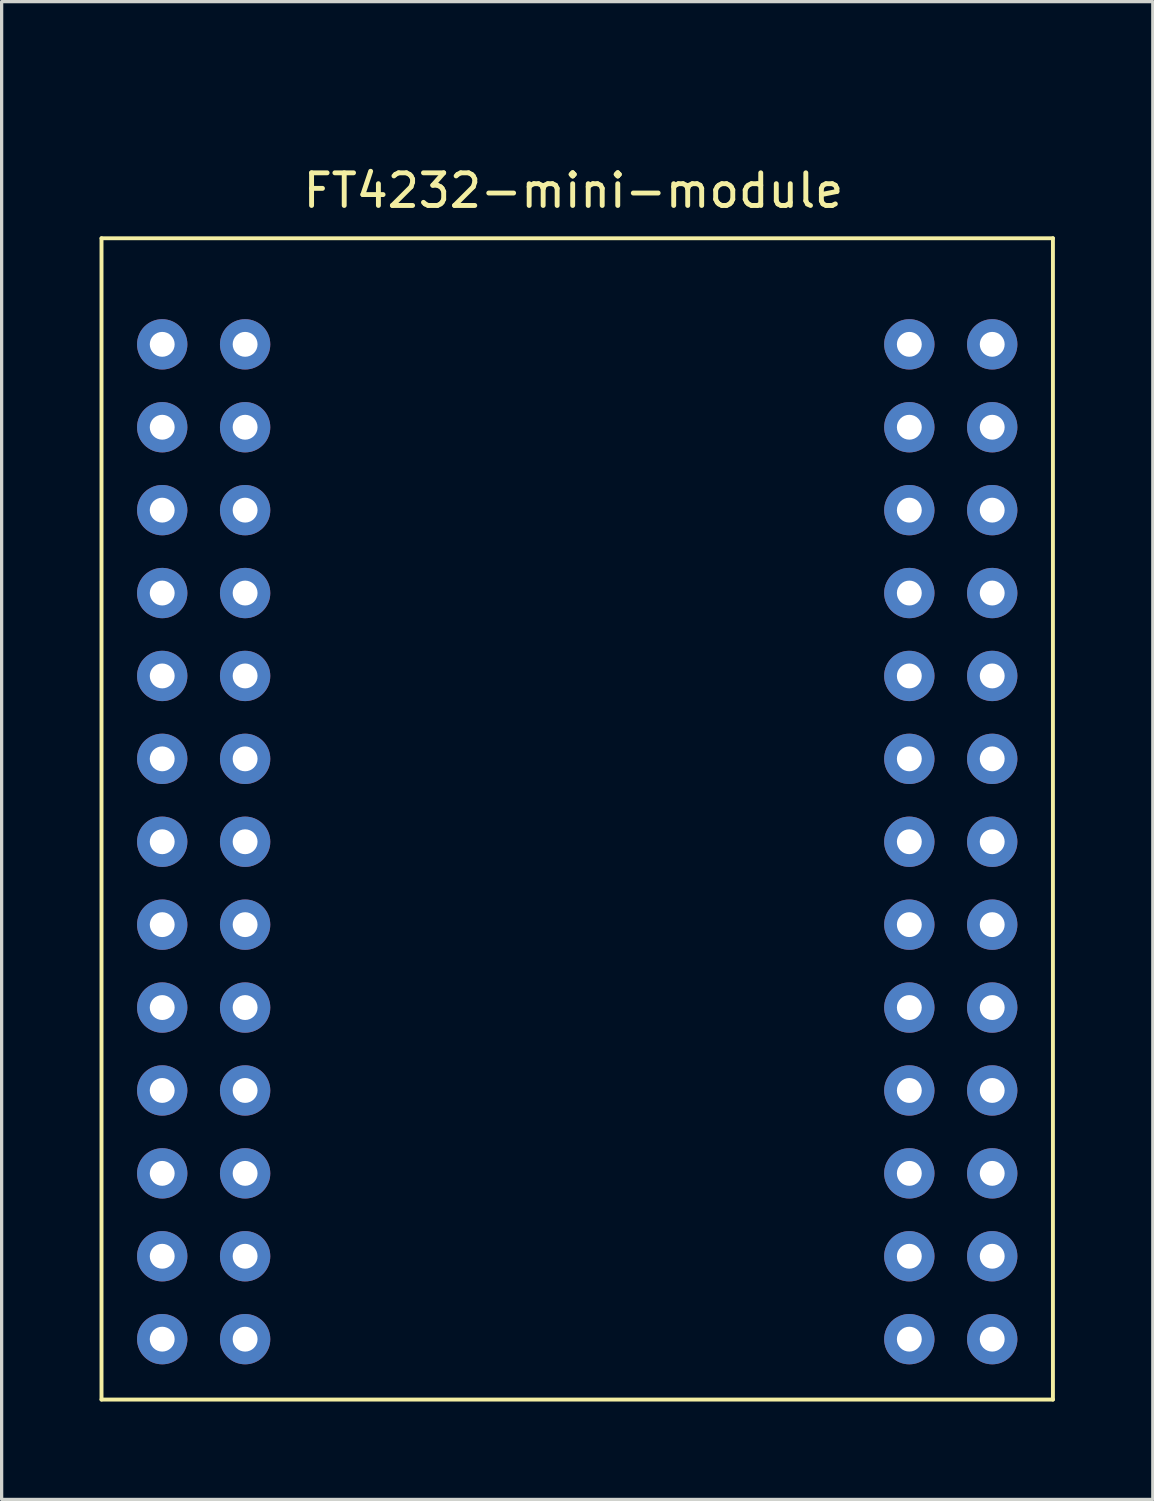
<source format=kicad_pcb>
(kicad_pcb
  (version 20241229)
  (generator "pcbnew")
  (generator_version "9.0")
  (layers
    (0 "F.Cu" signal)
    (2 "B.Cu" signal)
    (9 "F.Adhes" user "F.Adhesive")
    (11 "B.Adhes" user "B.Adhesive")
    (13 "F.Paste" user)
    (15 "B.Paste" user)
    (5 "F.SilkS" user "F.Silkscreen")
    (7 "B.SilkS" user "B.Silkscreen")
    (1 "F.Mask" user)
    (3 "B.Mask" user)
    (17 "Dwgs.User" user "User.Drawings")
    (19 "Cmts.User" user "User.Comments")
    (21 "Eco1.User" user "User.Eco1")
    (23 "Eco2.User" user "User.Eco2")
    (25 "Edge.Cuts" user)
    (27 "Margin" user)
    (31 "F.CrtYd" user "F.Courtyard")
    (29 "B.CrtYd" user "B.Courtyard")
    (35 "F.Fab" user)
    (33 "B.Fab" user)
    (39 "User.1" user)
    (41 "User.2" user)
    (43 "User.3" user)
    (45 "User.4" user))
  (footprint "FT4232-mini-module"
    (layer "F.Cu")
    (at 17.06 0.25)
    (property "Reference" "FT4232-mini-module" (at -2.54 2.54 0) (layer "F.SilkS") (effects (font (size 1 1) (thickness 0.15))))
    (attr through_hole)
    (fp_line (start -17 4) (end 12.15 4) (stroke (width 0.12) (type solid)) (layer "F.SilkS"))
    (fp_line (start -17 39.58) (end -17 4) (stroke (width 0.12) (type solid)) (layer "F.SilkS"))
    (fp_line (start 12.15 4) (end 12.15 39.58) (stroke (width 0.12) (type solid)) (layer "F.SilkS"))
    (fp_line (start 12.15 39.58) (end -17 39.58) (stroke (width 0.12) (type solid)) (layer "F.SilkS"))
    (pad "CN2-1" thru_hole circle (at -15.14 7.25 270) (size 1.542 1.542) (drill 0.762) (layers "*.Cu" "*.Mask"))
    (pad "CN2-2" thru_hole circle (at -12.6 7.25 270) (size 1.542 1.542) (drill 0.762) (layers "*.Cu" "*.Mask"))
    (pad "CN2-3" thru_hole circle (at -15.14 9.79 270) (size 1.542 1.542) (drill 0.762) (layers "*.Cu" "*.Mask"))
    (pad "CN2-4" thru_hole circle (at -12.6 9.79 270) (size 1.542 1.542) (drill 0.762) (layers "*.Cu" "*.Mask"))
    (pad "CN2-5" thru_hole circle (at -15.14 12.33 270) (size 1.542 1.542) (drill 0.762) (layers "*.Cu" "*.Mask"))
    (pad "CN2-6" thru_hole circle (at -12.6 12.33 270) (size 1.542 1.542) (drill 0.762) (layers "*.Cu" "*.Mask"))
    (pad "CN2-7" thru_hole circle (at -15.14 14.87 270) (size 1.542 1.542) (drill 0.762) (layers "*.Cu" "*.Mask"))
    (pad "CN2-8" thru_hole circle (at -12.6 14.87 270) (size 1.542 1.542) (drill 0.762) (layers "*.Cu" "*.Mask"))
    (pad "CN2-9" thru_hole circle (at -15.14 17.41 270) (size 1.542 1.542) (drill 0.762) (layers "*.Cu" "*.Mask"))
    (pad "CN2-10" thru_hole circle (at -12.6 17.41 270) (size 1.542 1.542) (drill 0.762) (layers "*.Cu" "*.Mask"))
    (pad "CN2-11" thru_hole circle (at -15.14 19.95 270) (size 1.542 1.542) (drill 0.762) (layers "*.Cu" "*.Mask"))
    (pad "CN2-12" thru_hole circle (at -12.6 19.95 270) (size 1.542 1.542) (drill 0.762) (layers "*.Cu" "*.Mask"))
    (pad "CN2-13" thru_hole circle (at -15.14 22.49 270) (size 1.542 1.542) (drill 0.762) (layers "*.Cu" "*.Mask"))
    (pad "CN2-14" thru_hole circle (at -12.6 22.49 270) (size 1.542 1.542) (drill 0.762) (layers "*.Cu" "*.Mask"))
    (pad "CN2-15" thru_hole circle (at -15.14 25.03 270) (size 1.542 1.542) (drill 0.762) (layers "*.Cu" "*.Mask"))
    (pad "CN2-16" thru_hole circle (at -12.6 25.03 270) (size 1.542 1.542) (drill 0.762) (layers "*.Cu" "*.Mask"))
    (pad "CN2-17" thru_hole circle (at -15.14 27.57 270) (size 1.542 1.542) (drill 0.762) (layers "*.Cu" "*.Mask"))
    (pad "CN2-18" thru_hole circle (at -12.6 27.57 270) (size 1.542 1.542) (drill 0.762) (layers "*.Cu" "*.Mask"))
    (pad "CN2-19" thru_hole circle (at -15.14 30.11 270) (size 1.542 1.542) (drill 0.762) (layers "*.Cu" "*.Mask"))
    (pad "CN2-20" thru_hole circle (at -12.6 30.11 270) (size 1.542 1.542) (drill 0.762) (layers "*.Cu" "*.Mask"))
    (pad "CN2-21" thru_hole circle (at -15.14 32.65 270) (size 1.542 1.542) (drill 0.762) (layers "*.Cu" "*.Mask"))
    (pad "CN2-22" thru_hole circle (at -12.6 32.65 270) (size 1.542 1.542) (drill 0.762) (layers "*.Cu" "*.Mask"))
    (pad "CN2-23" thru_hole circle (at -15.14 35.19 270) (size 1.542 1.542) (drill 0.762) (layers "*.Cu" "*.Mask"))
    (pad "CN2-24" thru_hole circle (at -12.6 35.19 270) (size 1.542 1.542) (drill 0.762) (layers "*.Cu" "*.Mask"))
    (pad "CN2-25" thru_hole circle (at -15.14 37.73 270) (size 1.542 1.542) (drill 0.762) (layers "*.Cu" "*.Mask"))
    (pad "CN2-26" thru_hole circle (at -12.6 37.73 270) (size 1.542 1.542) (drill 0.762) (layers "*.Cu" "*.Mask"))
    (pad "CN3-1" thru_hole circle (at 7.75 7.25 270) (size 1.542 1.542) (drill 0.762) (layers "*.Cu" "*.Mask"))
    (pad "CN3-2" thru_hole circle (at 10.29 7.25 270) (size 1.542 1.542) (drill 0.762) (layers "*.Cu" "*.Mask"))
    (pad "CN3-3" thru_hole circle (at 7.75 9.79 270) (size 1.542 1.542) (drill 0.762) (layers "*.Cu" "*.Mask"))
    (pad "CN3-4" thru_hole circle (at 10.29 9.79 270) (size 1.542 1.542) (drill 0.762) (layers "*.Cu" "*.Mask"))
    (pad "CN3-5" thru_hole circle (at 7.75 12.33 270) (size 1.542 1.542) (drill 0.762) (layers "*.Cu" "*.Mask"))
    (pad "CN3-6" thru_hole circle (at 10.29 12.33 270) (size 1.542 1.542) (drill 0.762) (layers "*.Cu" "*.Mask"))
    (pad "CN3-7" thru_hole circle (at 7.75 14.87 270) (size 1.542 1.542) (drill 0.762) (layers "*.Cu" "*.Mask"))
    (pad "CN3-8" thru_hole circle (at 10.29 14.87 270) (size 1.542 1.542) (drill 0.762) (layers "*.Cu" "*.Mask"))
    (pad "CN3-9" thru_hole circle (at 7.75 17.41 270) (size 1.542 1.542) (drill 0.762) (layers "*.Cu" "*.Mask"))
    (pad "CN3-10" thru_hole circle (at 10.29 17.41 270) (size 1.542 1.542) (drill 0.762) (layers "*.Cu" "*.Mask"))
    (pad "CN3-11" thru_hole circle (at 7.75 19.95 270) (size 1.542 1.542) (drill 0.762) (layers "*.Cu" "*.Mask"))
    (pad "CN3-12" thru_hole circle (at 10.29 19.95 270) (size 1.542 1.542) (drill 0.762) (layers "*.Cu" "*.Mask"))
    (pad "CN3-13" thru_hole circle (at 7.75 22.49 270) (size 1.542 1.542) (drill 0.762) (layers "*.Cu" "*.Mask"))
    (pad "CN3-14" thru_hole circle (at 10.29 22.49 270) (size 1.542 1.542) (drill 0.762) (layers "*.Cu" "*.Mask"))
    (pad "CN3-15" thru_hole circle (at 7.75 25.03 270) (size 1.542 1.542) (drill 0.762) (layers "*.Cu" "*.Mask"))
    (pad "CN3-16" thru_hole circle (at 10.29 25.03 270) (size 1.542 1.542) (drill 0.762) (layers "*.Cu" "*.Mask"))
    (pad "CN3-17" thru_hole circle (at 7.75 27.57 270) (size 1.542 1.542) (drill 0.762) (layers "*.Cu" "*.Mask"))
    (pad "CN3-18" thru_hole circle (at 10.29 27.57 270) (size 1.542 1.542) (drill 0.762) (layers "*.Cu" "*.Mask"))
    (pad "CN3-19" thru_hole circle (at 7.75 30.11 270) (size 1.542 1.542) (drill 0.762) (layers "*.Cu" "*.Mask"))
    (pad "CN3-20" thru_hole circle (at 10.29 30.11 270) (size 1.542 1.542) (drill 0.762) (layers "*.Cu" "*.Mask"))
    (pad "CN3-21" thru_hole circle (at 7.75 32.65 270) (size 1.542 1.542) (drill 0.762) (layers "*.Cu" "*.Mask"))
    (pad "CN3-22" thru_hole circle (at 10.29 32.65 270) (size 1.542 1.542) (drill 0.762) (layers "*.Cu" "*.Mask"))
    (pad "CN3-23" thru_hole circle (at 7.75 35.19 270) (size 1.542 1.542) (drill 0.762) (layers "*.Cu" "*.Mask"))
    (pad "CN3-24" thru_hole circle (at 10.29 35.19 270) (size 1.542 1.542) (drill 0.762) (layers "*.Cu" "*.Mask"))
    (pad "CN3-25" thru_hole circle (at 7.75 37.73 270) (size 1.542 1.542) (drill 0.762) (layers "*.Cu" "*.Mask"))
    (pad "CN3-26" thru_hole circle (at 10.29 37.73 270) (size 1.542 1.542) (drill 0.762) (layers "*.Cu" "*.Mask")))
  (gr_rect
    (start -3 -3)
    (end 32.27 42.89)
    (stroke (width 0.1) (type default))
    (fill no)
    (layer "Edge.Cuts")))
</source>
